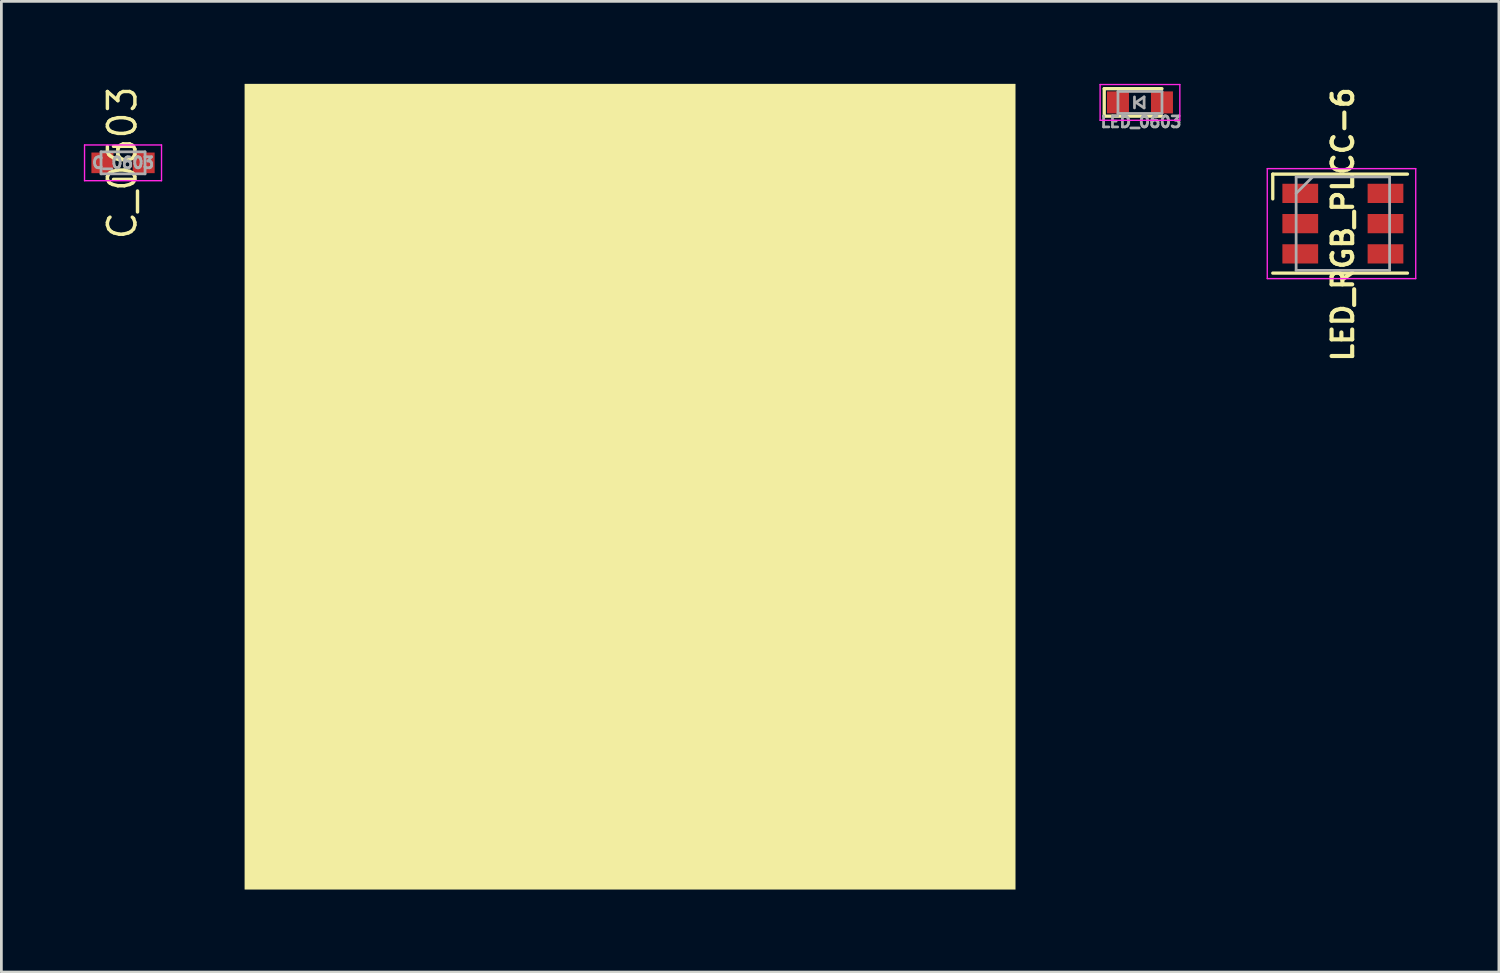
<source format=kicad_pcb>
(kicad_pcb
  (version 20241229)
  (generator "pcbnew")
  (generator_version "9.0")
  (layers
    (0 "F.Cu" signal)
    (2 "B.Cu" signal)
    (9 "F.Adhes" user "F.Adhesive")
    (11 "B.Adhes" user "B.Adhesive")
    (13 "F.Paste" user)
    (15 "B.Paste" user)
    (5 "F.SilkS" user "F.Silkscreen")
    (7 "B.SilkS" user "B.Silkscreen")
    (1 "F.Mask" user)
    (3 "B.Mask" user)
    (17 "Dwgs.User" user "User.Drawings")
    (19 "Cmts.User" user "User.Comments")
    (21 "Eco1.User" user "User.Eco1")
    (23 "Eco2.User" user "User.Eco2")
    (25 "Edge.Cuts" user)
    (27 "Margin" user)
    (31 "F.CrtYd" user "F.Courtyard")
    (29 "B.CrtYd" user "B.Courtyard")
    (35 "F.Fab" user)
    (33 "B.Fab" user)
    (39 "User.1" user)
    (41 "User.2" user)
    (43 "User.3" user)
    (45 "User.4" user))
  (footprint "C_0603"
    (layer "F.Cu")
    (at 1.425 2.873)
    (property "Reference" "C_0603" (at -0.025 0 90) (layer "F.SilkS") (effects (font (size 1 1) (thickness 0.125))))
    (attr smd)
    (fp_line (start -0.35 -0.6) (end 0.35 -0.6) (stroke (width 0.12) (type solid)) (layer "F.SilkS"))
    (fp_line (start 0.35 0.6) (end -0.35 0.6) (stroke (width 0.12) (type solid)) (layer "F.SilkS"))
    (fp_line (start -1.4 -0.65) (end -1.4 0.65) (stroke (width 0.05) (type solid)) (layer "F.CrtYd"))
    (fp_line (start -1.4 -0.65) (end 1.4 -0.65) (stroke (width 0.05) (type solid)) (layer "F.CrtYd"))
    (fp_line (start 1.4 0.65) (end -1.4 0.65) (stroke (width 0.05) (type solid)) (layer "F.CrtYd"))
    (fp_line (start 1.4 0.65) (end 1.4 -0.65) (stroke (width 0.05) (type solid)) (layer "F.CrtYd"))
    (fp_line (start -0.8 -0.4) (end 0.8 -0.4) (stroke (width 0.1) (type solid)) (layer "F.Fab"))
    (fp_line (start -0.8 0.4) (end -0.8 -0.4) (stroke (width 0.1) (type solid)) (layer "F.Fab"))
    (fp_line (start 0.8 -0.4) (end 0.8 0.4) (stroke (width 0.1) (type solid)) (layer "F.Fab"))
    (fp_line (start 0.8 0.4) (end -0.8 0.4) (stroke (width 0.1) (type solid)) (layer "F.Fab"))
    (fp_text user "${REFERENCE}" (at 0 0 0) (layer "F.Fab") (effects (font (size 0.4 0.4) (thickness 0.1))))
    (pad "1" smd rect (at -0.75 0) (size 0.8 0.75) (layers "F.Cu" "F.Mask" "F.Paste"))
    (pad "2" smd rect (at 0.75 0) (size 0.8 0.75) (layers "F.Cu" "F.Mask" "F.Paste")))
  (footprint "l0_l0_logo"
    (layer "F.Cu")
    (at 19.825 14.652)
    (property "Reference" "l0_l0_logo" (at 0 0 0) (layer "F.SilkS") (effects (font (size 1.524 1.524) (thickness 0.3))))
    (attr through_hole)
    (fp_poly (pts (xy 14.055 14.647) (xy -13.97 14.647) (xy -13.97 -14.647) (xy 14.055 -14.647) (xy 14.055 14.647)) (stroke (width 0.01) (type solid)) (fill yes) (layer "F.SilkS")))
  (footprint "LED_0603"
    (layer "F.Cu")
    (at 38.414 0.675)
    (property "Reference" "LED_0603" (at 0.038 0.711 0) (layer "F.Fab") (effects (font (size 0.4 0.4) (thickness 0.1))))
    (attr smd)
    (fp_line (start -1.3 -0.5) (end -1.3 0.5) (stroke (width 0.12) (type solid)) (layer "F.SilkS"))
    (fp_line (start -1.3 -0.5) (end 0.8 -0.5) (stroke (width 0.12) (type solid)) (layer "F.SilkS"))
    (fp_line (start -1.3 0.5) (end 0.8 0.5) (stroke (width 0.12) (type solid)) (layer "F.SilkS"))
    (fp_line (start -1.45 -0.65) (end 1.45 -0.65) (stroke (width 0.05) (type solid)) (layer "F.CrtYd"))
    (fp_line (start -1.45 0.65) (end -1.45 -0.65) (stroke (width 0.05) (type solid)) (layer "F.CrtYd"))
    (fp_line (start 1.45 -0.65) (end 1.45 0.65) (stroke (width 0.05) (type solid)) (layer "F.CrtYd"))
    (fp_line (start 1.45 0.65) (end -1.45 0.65) (stroke (width 0.05) (type solid)) (layer "F.CrtYd"))
    (fp_line (start -0.8 -0.4) (end 0.8 -0.4) (stroke (width 0.1) (type solid)) (layer "F.Fab"))
    (fp_line (start -0.8 0.4) (end -0.8 -0.4) (stroke (width 0.1) (type solid)) (layer "F.Fab"))
    (fp_line (start -0.2 -0.2) (end -0.2 0.2) (stroke (width 0.1) (type solid)) (layer "F.Fab"))
    (fp_line (start -0.15 0) (end 0.15 -0.2) (stroke (width 0.1) (type solid)) (layer "F.Fab"))
    (fp_line (start 0.15 -0.2) (end 0.15 0.2) (stroke (width 0.1) (type solid)) (layer "F.Fab"))
    (fp_line (start 0.15 0.2) (end -0.15 0) (stroke (width 0.1) (type solid)) (layer "F.Fab"))
    (fp_line (start 0.8 -0.4) (end 0.8 0.4) (stroke (width 0.1) (type solid)) (layer "F.Fab"))
    (fp_line (start 0.8 0.4) (end -0.8 0.4) (stroke (width 0.1) (type solid)) (layer "F.Fab"))
    (pad "1" smd rect (at -0.8 0 180) (size 0.8 0.8) (layers "F.Cu" "F.Mask" "F.Paste"))
    (pad "2" smd rect (at 0.8 0 180) (size 0.8 0.8) (layers "F.Cu" "F.Mask" "F.Paste")))
  (footprint "LED_RGB_PLCC-6"
    (layer "F.Cu")
    (at 45.794 5.084)
    (property "Reference" "LED_RGB_PLCC-6" (at 0 0.03 270) (layer "F.SilkS") (effects (font (size 0.75 0.75) (thickness 0.15))))
    (attr smd)
    (fp_line (start -2.55 -1.8) (end -2.55 -0.9) (stroke (width 0.12) (type solid)) (layer "F.SilkS"))
    (fp_line (start -2.55 1.8) (end 2.35 1.8) (stroke (width 0.12) (type solid)) (layer "F.SilkS"))
    (fp_line (start 2.35 -1.8) (end -2.55 -1.8) (stroke (width 0.12) (type solid)) (layer "F.SilkS"))
    (fp_line (start -2.75 -2) (end -2.75 2) (stroke (width 0.05) (type solid)) (layer "F.CrtYd"))
    (fp_line (start -2.75 -2) (end 2.65 -2) (stroke (width 0.05) (type solid)) (layer "F.CrtYd"))
    (fp_line (start -2.75 2) (end 2.65 2) (stroke (width 0.05) (type solid)) (layer "F.CrtYd"))
    (fp_line (start 2.65 -2) (end 2.65 2) (stroke (width 0.05) (type solid)) (layer "F.CrtYd"))
    (fp_line (start -1.7 -1.7) (end -1.7 1.7) (stroke (width 0.1) (type solid)) (layer "F.Fab"))
    (fp_line (start -1.7 -1.1) (end -1.1 -1.7) (stroke (width 0.1) (type solid)) (layer "F.Fab"))
    (fp_line (start -1.7 1.7) (end 1.7 1.7) (stroke (width 0.1) (type solid)) (layer "F.Fab"))
    (fp_line (start 1.7 -1.7) (end -1.7 -1.7) (stroke (width 0.1) (type solid)) (layer "F.Fab"))
    (fp_line (start 1.7 1.7) (end 1.7 -1.7) (stroke (width 0.1) (type solid)) (layer "F.Fab"))
    (pad "1" smd rect (at -1.55 -1.1 90) (size 0.7 1.3) (layers "F.Cu" "F.Mask" "F.Paste"))
    (pad "2" smd rect (at -1.55 0 90) (size 0.7 1.3) (layers "F.Cu" "F.Mask" "F.Paste"))
    (pad "3" smd rect (at -1.55 1.1 90) (size 0.7 1.3) (layers "F.Cu" "F.Mask" "F.Paste"))
    (pad "4" smd rect (at 1.55 1.1 90) (size 0.7 1.3) (layers "F.Cu" "F.Mask" "F.Paste"))
    (pad "5" smd rect (at 1.55 0 90) (size 0.7 1.3) (layers "F.Cu" "F.Mask" "F.Paste"))
    (pad "6" smd rect (at 1.55 -1.1 90) (size 0.7 1.3) (layers "F.Cu" "F.Mask" "F.Paste")))
  (gr_rect
    (start -3 -3)
    (end 51.469 32.305)
    (stroke (width 0.1) (type default))
    (fill no)
    (layer "Edge.Cuts")))
</source>
